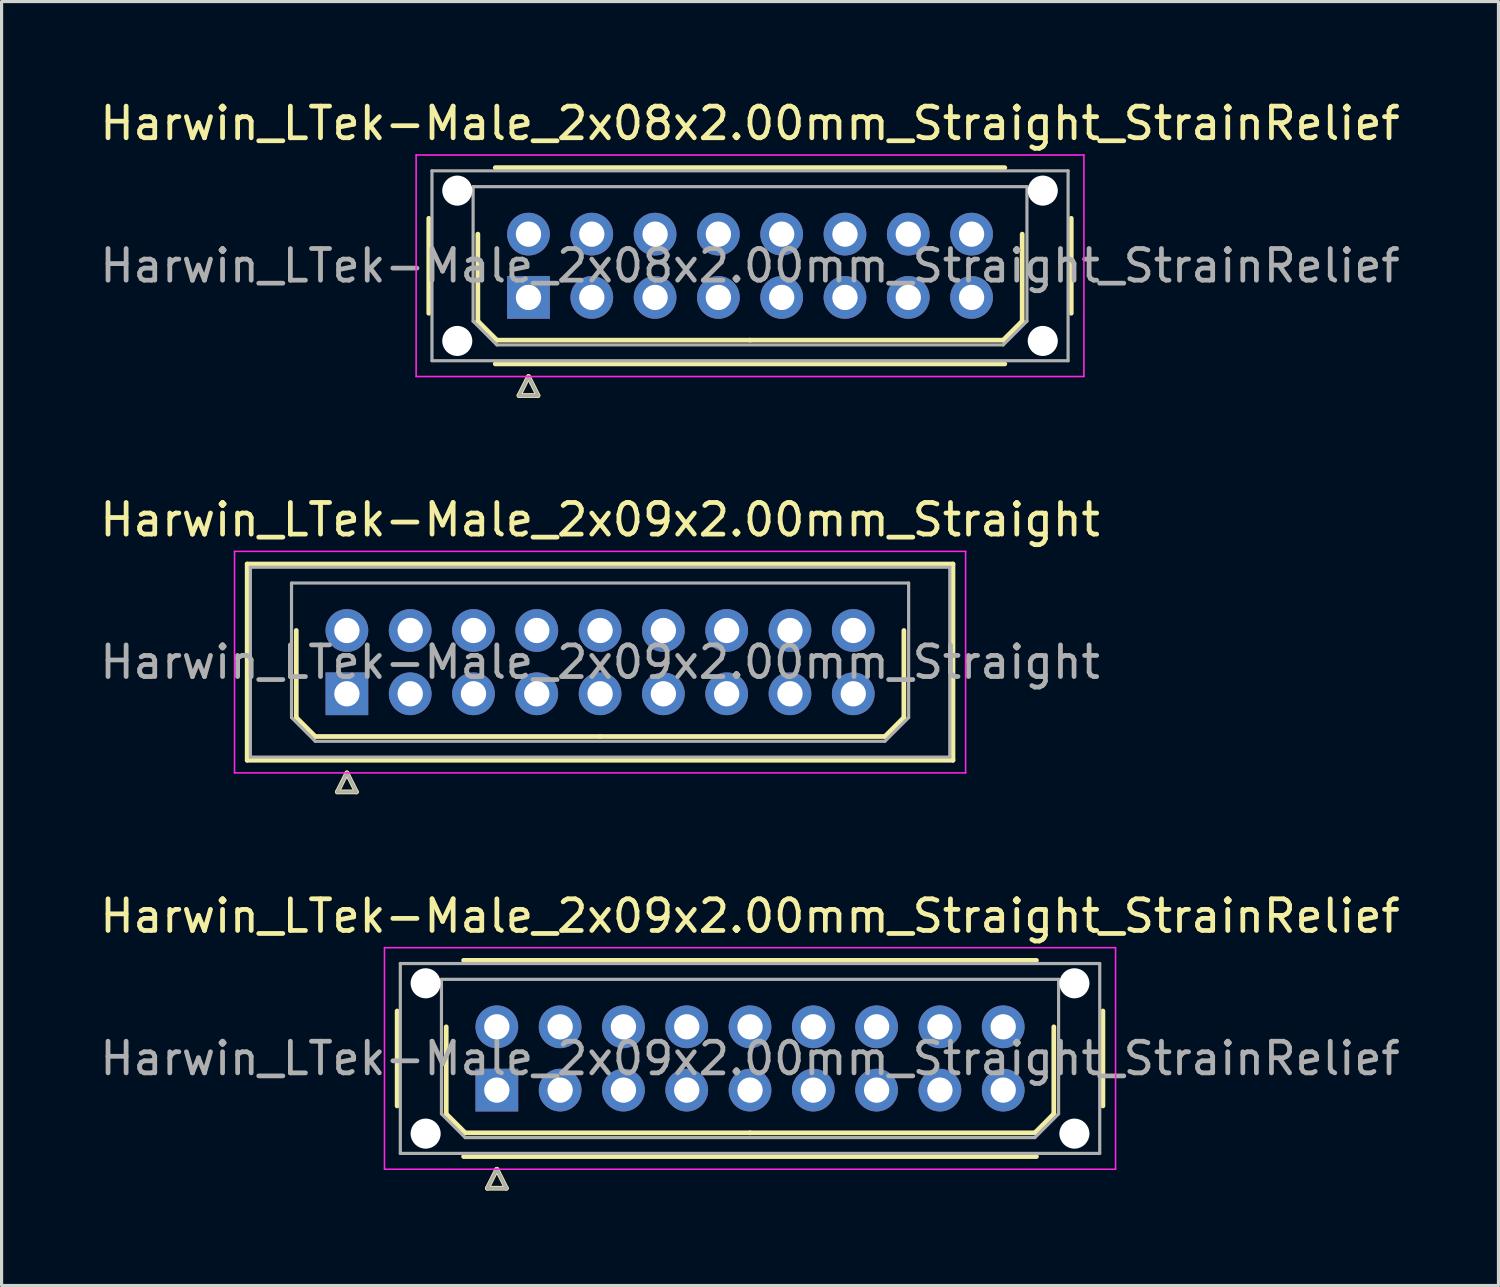
<source format=kicad_pcb>
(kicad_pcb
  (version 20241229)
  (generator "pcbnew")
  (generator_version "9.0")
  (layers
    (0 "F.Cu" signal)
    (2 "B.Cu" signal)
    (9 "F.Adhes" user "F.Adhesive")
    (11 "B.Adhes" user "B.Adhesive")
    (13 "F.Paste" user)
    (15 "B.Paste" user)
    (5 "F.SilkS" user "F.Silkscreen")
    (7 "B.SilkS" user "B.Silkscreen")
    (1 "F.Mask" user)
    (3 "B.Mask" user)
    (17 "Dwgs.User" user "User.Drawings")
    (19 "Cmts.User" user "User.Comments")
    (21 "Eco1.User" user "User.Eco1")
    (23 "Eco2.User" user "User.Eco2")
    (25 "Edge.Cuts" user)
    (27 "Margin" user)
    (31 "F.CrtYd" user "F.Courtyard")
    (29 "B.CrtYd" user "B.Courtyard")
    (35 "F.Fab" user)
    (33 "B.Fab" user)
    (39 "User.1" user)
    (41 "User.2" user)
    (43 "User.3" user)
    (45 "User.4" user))
  (footprint "Harwin_LTek-Male_2x09x2.00mm_Straight"
    (layer "F.Cu")
    (at 7.911 18.872)
    (property "Reference" "Harwin_LTek-Male_2x09x2.00mm_Straight" (at 8 -5.5 0) (layer "F.SilkS") (effects (font (size 1 1) (thickness 0.15))))
    (attr through_hole)
    (fp_line (start -3.15 -4.1) (end -3.15 2.1) (stroke (width 0.15) (type solid)) (layer "F.SilkS"))
    (fp_line (start -3.15 2.1) (end 19.15 2.1) (stroke (width 0.15) (type solid)) (layer "F.SilkS"))
    (fp_line (start -1.6 -2) (end -1.6 0.75) (stroke (width 0.15) (type solid)) (layer "F.SilkS"))
    (fp_line (start -1.6 0.75) (end -1 1.35) (stroke (width 0.15) (type solid)) (layer "F.SilkS"))
    (fp_line (start -1 1.35) (end 8 1.35) (stroke (width 0.15) (type solid)) (layer "F.SilkS"))
    (fp_line (start -0.3 3.1) (end 0.3 3.1) (stroke (width 0.15) (type solid)) (layer "F.SilkS"))
    (fp_line (start 0 2.5) (end -0.3 3.1) (stroke (width 0.15) (type solid)) (layer "F.SilkS"))
    (fp_line (start 0.3 3.1) (end 0 2.5) (stroke (width 0.15) (type solid)) (layer "F.SilkS"))
    (fp_line (start 17 1.35) (end 8 1.35) (stroke (width 0.15) (type solid)) (layer "F.SilkS"))
    (fp_line (start 17.6 -2) (end 17.6 0.75) (stroke (width 0.15) (type solid)) (layer "F.SilkS"))
    (fp_line (start 17.6 0.75) (end 17 1.35) (stroke (width 0.15) (type solid)) (layer "F.SilkS"))
    (fp_line (start 19.15 -4.1) (end -3.15 -4.1) (stroke (width 0.15) (type solid)) (layer "F.SilkS"))
    (fp_line (start 19.15 2.1) (end 19.15 -4.1) (stroke (width 0.15) (type solid)) (layer "F.SilkS"))
    (fp_line (start -3.55 -4.5) (end -3.55 2.5) (stroke (width 0.05) (type solid)) (layer "F.CrtYd"))
    (fp_line (start -3.55 2.5) (end 19.55 2.5) (stroke (width 0.05) (type solid)) (layer "F.CrtYd"))
    (fp_line (start 19.55 -4.5) (end -3.55 -4.5) (stroke (width 0.05) (type solid)) (layer "F.CrtYd"))
    (fp_line (start 19.55 2.5) (end 19.55 -4.5) (stroke (width 0.05) (type solid)) (layer "F.CrtYd"))
    (fp_line (start -3.05 -4) (end -3.05 2) (stroke (width 0.1) (type solid)) (layer "F.Fab"))
    (fp_line (start -3.05 2) (end 19.05 2) (stroke (width 0.1) (type solid)) (layer "F.Fab"))
    (fp_line (start -1.75 -3.5) (end 17.75 -3.5) (stroke (width 0.1) (type solid)) (layer "F.Fab"))
    (fp_line (start -1.75 0.75) (end -1.75 -3.5) (stroke (width 0.1) (type solid)) (layer "F.Fab"))
    (fp_line (start -1 1.5) (end -1.75 0.75) (stroke (width 0.1) (type solid)) (layer "F.Fab"))
    (fp_line (start -0.3 3.1) (end 0.3 3.1) (stroke (width 0.1) (type solid)) (layer "F.Fab"))
    (fp_line (start 0 2.5) (end -0.3 3.1) (stroke (width 0.1) (type solid)) (layer "F.Fab"))
    (fp_line (start 0.3 3.1) (end 0 2.5) (stroke (width 0.1) (type solid)) (layer "F.Fab"))
    (fp_line (start 17 1.5) (end -1 1.5) (stroke (width 0.1) (type solid)) (layer "F.Fab"))
    (fp_line (start 17.75 -3.5) (end 17.75 0.75) (stroke (width 0.1) (type solid)) (layer "F.Fab"))
    (fp_line (start 17.75 0.75) (end 17 1.5) (stroke (width 0.1) (type solid)) (layer "F.Fab"))
    (fp_line (start 19.05 -4) (end -3.05 -4) (stroke (width 0.1) (type solid)) (layer "F.Fab"))
    (fp_line (start 19.05 2) (end 19.05 -4) (stroke (width 0.1) (type solid)) (layer "F.Fab"))
    (fp_text user "${REFERENCE}" (at 8 -1 0) (layer "F.Fab") (effects (font (size 1 1) (thickness 0.15))))
    (pad "1" thru_hole rect (at 0 0) (size 1.35 1.35) (drill 0.8) (layers "*.Cu" "*.Mask"))
    (pad "2" thru_hole circle (at 2 0) (size 1.35 1.35) (drill 0.8) (layers "*.Cu" "*.Mask"))
    (pad "3" thru_hole circle (at 4 0) (size 1.35 1.35) (drill 0.8) (layers "*.Cu" "*.Mask"))
    (pad "4" thru_hole circle (at 6 0) (size 1.35 1.35) (drill 0.8) (layers "*.Cu" "*.Mask"))
    (pad "5" thru_hole circle (at 8 0) (size 1.35 1.35) (drill 0.8) (layers "*.Cu" "*.Mask"))
    (pad "6" thru_hole circle (at 10 0) (size 1.35 1.35) (drill 0.8) (layers "*.Cu" "*.Mask"))
    (pad "7" thru_hole circle (at 12 0) (size 1.35 1.35) (drill 0.8) (layers "*.Cu" "*.Mask"))
    (pad "8" thru_hole circle (at 14 0) (size 1.35 1.35) (drill 0.8) (layers "*.Cu" "*.Mask"))
    (pad "9" thru_hole circle (at 16 0) (size 1.35 1.35) (drill 0.8) (layers "*.Cu" "*.Mask"))
    (pad "10" thru_hole circle (at 0 -2) (size 1.35 1.35) (drill 0.8) (layers "*.Cu" "*.Mask"))
    (pad "11" thru_hole circle (at 2 -2) (size 1.35 1.35) (drill 0.8) (layers "*.Cu" "*.Mask"))
    (pad "12" thru_hole circle (at 4 -2) (size 1.35 1.35) (drill 0.8) (layers "*.Cu" "*.Mask"))
    (pad "13" thru_hole circle (at 6 -2) (size 1.35 1.35) (drill 0.8) (layers "*.Cu" "*.Mask"))
    (pad "14" thru_hole circle (at 8 -2) (size 1.35 1.35) (drill 0.8) (layers "*.Cu" "*.Mask"))
    (pad "15" thru_hole circle (at 10 -2) (size 1.35 1.35) (drill 0.8) (layers "*.Cu" "*.Mask"))
    (pad "16" thru_hole circle (at 12 -2) (size 1.35 1.35) (drill 0.8) (layers "*.Cu" "*.Mask"))
    (pad "17" thru_hole circle (at 14 -2) (size 1.35 1.35) (drill 0.8) (layers "*.Cu" "*.Mask"))
    (pad "18" thru_hole circle (at 16 -2) (size 1.35 1.35) (drill 0.8) (layers "*.Cu" "*.Mask")))
  (footprint "Harwin_LTek-Male_2x08x2.00mm_Straight_StrainRelief"
    (layer "F.Cu")
    (at 13.649 6.348)
    (property "Reference" "Harwin_LTek-Male_2x08x2.00mm_Straight_StrainRelief" (at 7 -5.5 0) (layer "F.SilkS") (effects (font (size 1 1) (thickness 0.15))))
    (attr through_hole)
    (fp_line (start -3.15 -2.5) (end -3.15 0.5) (stroke (width 0.15) (type solid)) (layer "F.SilkS"))
    (fp_line (start -1.6 -2) (end -1.6 0.75) (stroke (width 0.15) (type solid)) (layer "F.SilkS"))
    (fp_line (start -1.6 0.75) (end -1 1.35) (stroke (width 0.15) (type solid)) (layer "F.SilkS"))
    (fp_line (start -1.05 -4.1) (end 15.05 -4.1) (stroke (width 0.15) (type solid)) (layer "F.SilkS"))
    (fp_line (start -1.05 2.1) (end 15.05 2.1) (stroke (width 0.15) (type solid)) (layer "F.SilkS"))
    (fp_line (start -1 1.35) (end 7 1.35) (stroke (width 0.15) (type solid)) (layer "F.SilkS"))
    (fp_line (start -0.3 3.1) (end 0.3 3.1) (stroke (width 0.15) (type solid)) (layer "F.SilkS"))
    (fp_line (start 0 2.5) (end -0.3 3.1) (stroke (width 0.15) (type solid)) (layer "F.SilkS"))
    (fp_line (start 0.3 3.1) (end 0 2.5) (stroke (width 0.15) (type solid)) (layer "F.SilkS"))
    (fp_line (start 15 1.35) (end 7 1.35) (stroke (width 0.15) (type solid)) (layer "F.SilkS"))
    (fp_line (start 15.6 -2) (end 15.6 0.75) (stroke (width 0.15) (type solid)) (layer "F.SilkS"))
    (fp_line (start 15.6 0.75) (end 15 1.35) (stroke (width 0.15) (type solid)) (layer "F.SilkS"))
    (fp_line (start 17.15 -2.5) (end 17.15 0.5) (stroke (width 0.15) (type solid)) (layer "F.SilkS"))
    (fp_line (start -3.55 -4.5) (end -3.55 2.5) (stroke (width 0.05) (type solid)) (layer "F.CrtYd"))
    (fp_line (start -3.55 2.5) (end 17.55 2.5) (stroke (width 0.05) (type solid)) (layer "F.CrtYd"))
    (fp_line (start 17.55 -4.5) (end -3.55 -4.5) (stroke (width 0.05) (type solid)) (layer "F.CrtYd"))
    (fp_line (start 17.55 2.5) (end 17.55 -4.5) (stroke (width 0.05) (type solid)) (layer "F.CrtYd"))
    (fp_line (start -3.05 -4) (end -3.05 2) (stroke (width 0.1) (type solid)) (layer "F.Fab"))
    (fp_line (start -3.05 2) (end 17.05 2) (stroke (width 0.1) (type solid)) (layer "F.Fab"))
    (fp_line (start -1.75 -3.5) (end 15.75 -3.5) (stroke (width 0.1) (type solid)) (layer "F.Fab"))
    (fp_line (start -1.75 0.75) (end -1.75 -3.5) (stroke (width 0.1) (type solid)) (layer "F.Fab"))
    (fp_line (start -1 1.5) (end -1.75 0.75) (stroke (width 0.1) (type solid)) (layer "F.Fab"))
    (fp_line (start -0.3 3.1) (end 0.3 3.1) (stroke (width 0.1) (type solid)) (layer "F.Fab"))
    (fp_line (start 0 2.5) (end -0.3 3.1) (stroke (width 0.1) (type solid)) (layer "F.Fab"))
    (fp_line (start 0.3 3.1) (end 0 2.5) (stroke (width 0.1) (type solid)) (layer "F.Fab"))
    (fp_line (start 15 1.5) (end -1 1.5) (stroke (width 0.1) (type solid)) (layer "F.Fab"))
    (fp_line (start 15.75 -3.5) (end 15.75 0.75) (stroke (width 0.1) (type solid)) (layer "F.Fab"))
    (fp_line (start 15.75 0.75) (end 15 1.5) (stroke (width 0.1) (type solid)) (layer "F.Fab"))
    (fp_line (start 17.05 -4) (end -3.05 -4) (stroke (width 0.1) (type solid)) (layer "F.Fab"))
    (fp_line (start 17.05 2) (end 17.05 -4) (stroke (width 0.1) (type solid)) (layer "F.Fab"))
    (fp_text user "${REFERENCE}" (at 7 -1 0) (layer "F.Fab") (effects (font (size 1 1) (thickness 0.15))))
    (pad "" np_thru_hole circle (at -2.25 -3.375) (size 0.95 0.95) (drill 0.95) (layers "*.Cu" "*.Mask"))
    (pad "" np_thru_hole circle (at -2.25 1.375) (size 0.95 0.95) (drill 0.95) (layers "*.Cu" "*.Mask"))
    (pad "" np_thru_hole circle (at 16.25 -3.375) (size 0.95 0.95) (drill 0.95) (layers "*.Cu" "*.Mask"))
    (pad "" np_thru_hole circle (at 16.25 1.375) (size 0.95 0.95) (drill 0.95) (layers "*.Cu" "*.Mask"))
    (pad "1" thru_hole rect (at 0 0) (size 1.35 1.35) (drill 0.8) (layers "*.Cu" "*.Mask"))
    (pad "2" thru_hole circle (at 2 0) (size 1.35 1.35) (drill 0.8) (layers "*.Cu" "*.Mask"))
    (pad "3" thru_hole circle (at 4 0) (size 1.35 1.35) (drill 0.8) (layers "*.Cu" "*.Mask"))
    (pad "4" thru_hole circle (at 6 0) (size 1.35 1.35) (drill 0.8) (layers "*.Cu" "*.Mask"))
    (pad "5" thru_hole circle (at 8 0) (size 1.35 1.35) (drill 0.8) (layers "*.Cu" "*.Mask"))
    (pad "6" thru_hole circle (at 10 0) (size 1.35 1.35) (drill 0.8) (layers "*.Cu" "*.Mask"))
    (pad "7" thru_hole circle (at 12 0) (size 1.35 1.35) (drill 0.8) (layers "*.Cu" "*.Mask"))
    (pad "8" thru_hole circle (at 14 0) (size 1.35 1.35) (drill 0.8) (layers "*.Cu" "*.Mask"))
    (pad "9" thru_hole circle (at 0 -2) (size 1.35 1.35) (drill 0.8) (layers "*.Cu" "*.Mask"))
    (pad "10" thru_hole circle (at 2 -2) (size 1.35 1.35) (drill 0.8) (layers "*.Cu" "*.Mask"))
    (pad "11" thru_hole circle (at 4 -2) (size 1.35 1.35) (drill 0.8) (layers "*.Cu" "*.Mask"))
    (pad "12" thru_hole circle (at 6 -2) (size 1.35 1.35) (drill 0.8) (layers "*.Cu" "*.Mask"))
    (pad "13" thru_hole circle (at 8 -2) (size 1.35 1.35) (drill 0.8) (layers "*.Cu" "*.Mask"))
    (pad "14" thru_hole circle (at 10 -2) (size 1.35 1.35) (drill 0.8) (layers "*.Cu" "*.Mask"))
    (pad "15" thru_hole circle (at 12 -2) (size 1.35 1.35) (drill 0.8) (layers "*.Cu" "*.Mask"))
    (pad "16" thru_hole circle (at 14 -2) (size 1.35 1.35) (drill 0.8) (layers "*.Cu" "*.Mask")))
  (footprint "Harwin_LTek-Male_2x09x2.00mm_Straight_StrainRelief"
    (layer "F.Cu")
    (at 12.649 31.395)
    (property "Reference" "Harwin_LTek-Male_2x09x2.00mm_Straight_StrainRelief" (at 8 -5.5 0) (layer "F.SilkS") (effects (font (size 1 1) (thickness 0.15))))
    (attr through_hole)
    (fp_line (start -3.15 -2.5) (end -3.15 0.5) (stroke (width 0.15) (type solid)) (layer "F.SilkS"))
    (fp_line (start -1.6 -2) (end -1.6 0.75) (stroke (width 0.15) (type solid)) (layer "F.SilkS"))
    (fp_line (start -1.6 0.75) (end -1 1.35) (stroke (width 0.15) (type solid)) (layer "F.SilkS"))
    (fp_line (start -1.05 -4.1) (end 17.05 -4.1) (stroke (width 0.15) (type solid)) (layer "F.SilkS"))
    (fp_line (start -1.05 2.1) (end 17.05 2.1) (stroke (width 0.15) (type solid)) (layer "F.SilkS"))
    (fp_line (start -1 1.35) (end 8 1.35) (stroke (width 0.15) (type solid)) (layer "F.SilkS"))
    (fp_line (start -0.3 3.1) (end 0.3 3.1) (stroke (width 0.15) (type solid)) (layer "F.SilkS"))
    (fp_line (start 0 2.5) (end -0.3 3.1) (stroke (width 0.15) (type solid)) (layer "F.SilkS"))
    (fp_line (start 0.3 3.1) (end 0 2.5) (stroke (width 0.15) (type solid)) (layer "F.SilkS"))
    (fp_line (start 17 1.35) (end 8 1.35) (stroke (width 0.15) (type solid)) (layer "F.SilkS"))
    (fp_line (start 17.6 -2) (end 17.6 0.75) (stroke (width 0.15) (type solid)) (layer "F.SilkS"))
    (fp_line (start 17.6 0.75) (end 17 1.35) (stroke (width 0.15) (type solid)) (layer "F.SilkS"))
    (fp_line (start 19.15 -2.5) (end 19.15 0.5) (stroke (width 0.15) (type solid)) (layer "F.SilkS"))
    (fp_line (start -3.55 -4.5) (end -3.55 2.5) (stroke (width 0.05) (type solid)) (layer "F.CrtYd"))
    (fp_line (start -3.55 2.5) (end 19.55 2.5) (stroke (width 0.05) (type solid)) (layer "F.CrtYd"))
    (fp_line (start 19.55 -4.5) (end -3.55 -4.5) (stroke (width 0.05) (type solid)) (layer "F.CrtYd"))
    (fp_line (start 19.55 2.5) (end 19.55 -4.5) (stroke (width 0.05) (type solid)) (layer "F.CrtYd"))
    (fp_line (start -3.05 -4) (end -3.05 2) (stroke (width 0.1) (type solid)) (layer "F.Fab"))
    (fp_line (start -3.05 2) (end 19.05 2) (stroke (width 0.1) (type solid)) (layer "F.Fab"))
    (fp_line (start -1.75 -3.5) (end 17.75 -3.5) (stroke (width 0.1) (type solid)) (layer "F.Fab"))
    (fp_line (start -1.75 0.75) (end -1.75 -3.5) (stroke (width 0.1) (type solid)) (layer "F.Fab"))
    (fp_line (start -1 1.5) (end -1.75 0.75) (stroke (width 0.1) (type solid)) (layer "F.Fab"))
    (fp_line (start -0.3 3.1) (end 0.3 3.1) (stroke (width 0.1) (type solid)) (layer "F.Fab"))
    (fp_line (start 0 2.5) (end -0.3 3.1) (stroke (width 0.1) (type solid)) (layer "F.Fab"))
    (fp_line (start 0.3 3.1) (end 0 2.5) (stroke (width 0.1) (type solid)) (layer "F.Fab"))
    (fp_line (start 17 1.5) (end -1 1.5) (stroke (width 0.1) (type solid)) (layer "F.Fab"))
    (fp_line (start 17.75 -3.5) (end 17.75 0.75) (stroke (width 0.1) (type solid)) (layer "F.Fab"))
    (fp_line (start 17.75 0.75) (end 17 1.5) (stroke (width 0.1) (type solid)) (layer "F.Fab"))
    (fp_line (start 19.05 -4) (end -3.05 -4) (stroke (width 0.1) (type solid)) (layer "F.Fab"))
    (fp_line (start 19.05 2) (end 19.05 -4) (stroke (width 0.1) (type solid)) (layer "F.Fab"))
    (fp_text user "${REFERENCE}" (at 8 -1 0) (layer "F.Fab") (effects (font (size 1 1) (thickness 0.15))))
    (pad "" np_thru_hole circle (at -2.25 -3.375) (size 0.95 0.95) (drill 0.95) (layers "*.Cu" "*.Mask"))
    (pad "" np_thru_hole circle (at -2.25 1.375) (size 0.95 0.95) (drill 0.95) (layers "*.Cu" "*.Mask"))
    (pad "" np_thru_hole circle (at 18.25 -3.375) (size 0.95 0.95) (drill 0.95) (layers "*.Cu" "*.Mask"))
    (pad "" np_thru_hole circle (at 18.25 1.375) (size 0.95 0.95) (drill 0.95) (layers "*.Cu" "*.Mask"))
    (pad "1" thru_hole rect (at 0 0) (size 1.35 1.35) (drill 0.8) (layers "*.Cu" "*.Mask"))
    (pad "2" thru_hole circle (at 2 0) (size 1.35 1.35) (drill 0.8) (layers "*.Cu" "*.Mask"))
    (pad "3" thru_hole circle (at 4 0) (size 1.35 1.35) (drill 0.8) (layers "*.Cu" "*.Mask"))
    (pad "4" thru_hole circle (at 6 0) (size 1.35 1.35) (drill 0.8) (layers "*.Cu" "*.Mask"))
    (pad "5" thru_hole circle (at 8 0) (size 1.35 1.35) (drill 0.8) (layers "*.Cu" "*.Mask"))
    (pad "6" thru_hole circle (at 10 0) (size 1.35 1.35) (drill 0.8) (layers "*.Cu" "*.Mask"))
    (pad "7" thru_hole circle (at 12 0) (size 1.35 1.35) (drill 0.8) (layers "*.Cu" "*.Mask"))
    (pad "8" thru_hole circle (at 14 0) (size 1.35 1.35) (drill 0.8) (layers "*.Cu" "*.Mask"))
    (pad "9" thru_hole circle (at 16 0) (size 1.35 1.35) (drill 0.8) (layers "*.Cu" "*.Mask"))
    (pad "10" thru_hole circle (at 0 -2) (size 1.35 1.35) (drill 0.8) (layers "*.Cu" "*.Mask"))
    (pad "11" thru_hole circle (at 2 -2) (size 1.35 1.35) (drill 0.8) (layers "*.Cu" "*.Mask"))
    (pad "12" thru_hole circle (at 4 -2) (size 1.35 1.35) (drill 0.8) (layers "*.Cu" "*.Mask"))
    (pad "13" thru_hole circle (at 6 -2) (size 1.35 1.35) (drill 0.8) (layers "*.Cu" "*.Mask"))
    (pad "14" thru_hole circle (at 8 -2) (size 1.35 1.35) (drill 0.8) (layers "*.Cu" "*.Mask"))
    (pad "15" thru_hole circle (at 10 -2) (size 1.35 1.35) (drill 0.8) (layers "*.Cu" "*.Mask"))
    (pad "16" thru_hole circle (at 12 -2) (size 1.35 1.35) (drill 0.8) (layers "*.Cu" "*.Mask"))
    (pad "17" thru_hole circle (at 14 -2) (size 1.35 1.35) (drill 0.8) (layers "*.Cu" "*.Mask"))
    (pad "18" thru_hole circle (at 16 -2) (size 1.35 1.35) (drill 0.8) (layers "*.Cu" "*.Mask")))
  (gr_rect
    (start -3 -3)
    (end 44.298 37.57)
    (stroke (width 0.1) (type default))
    (fill no)
    (layer "Edge.Cuts")))
</source>
